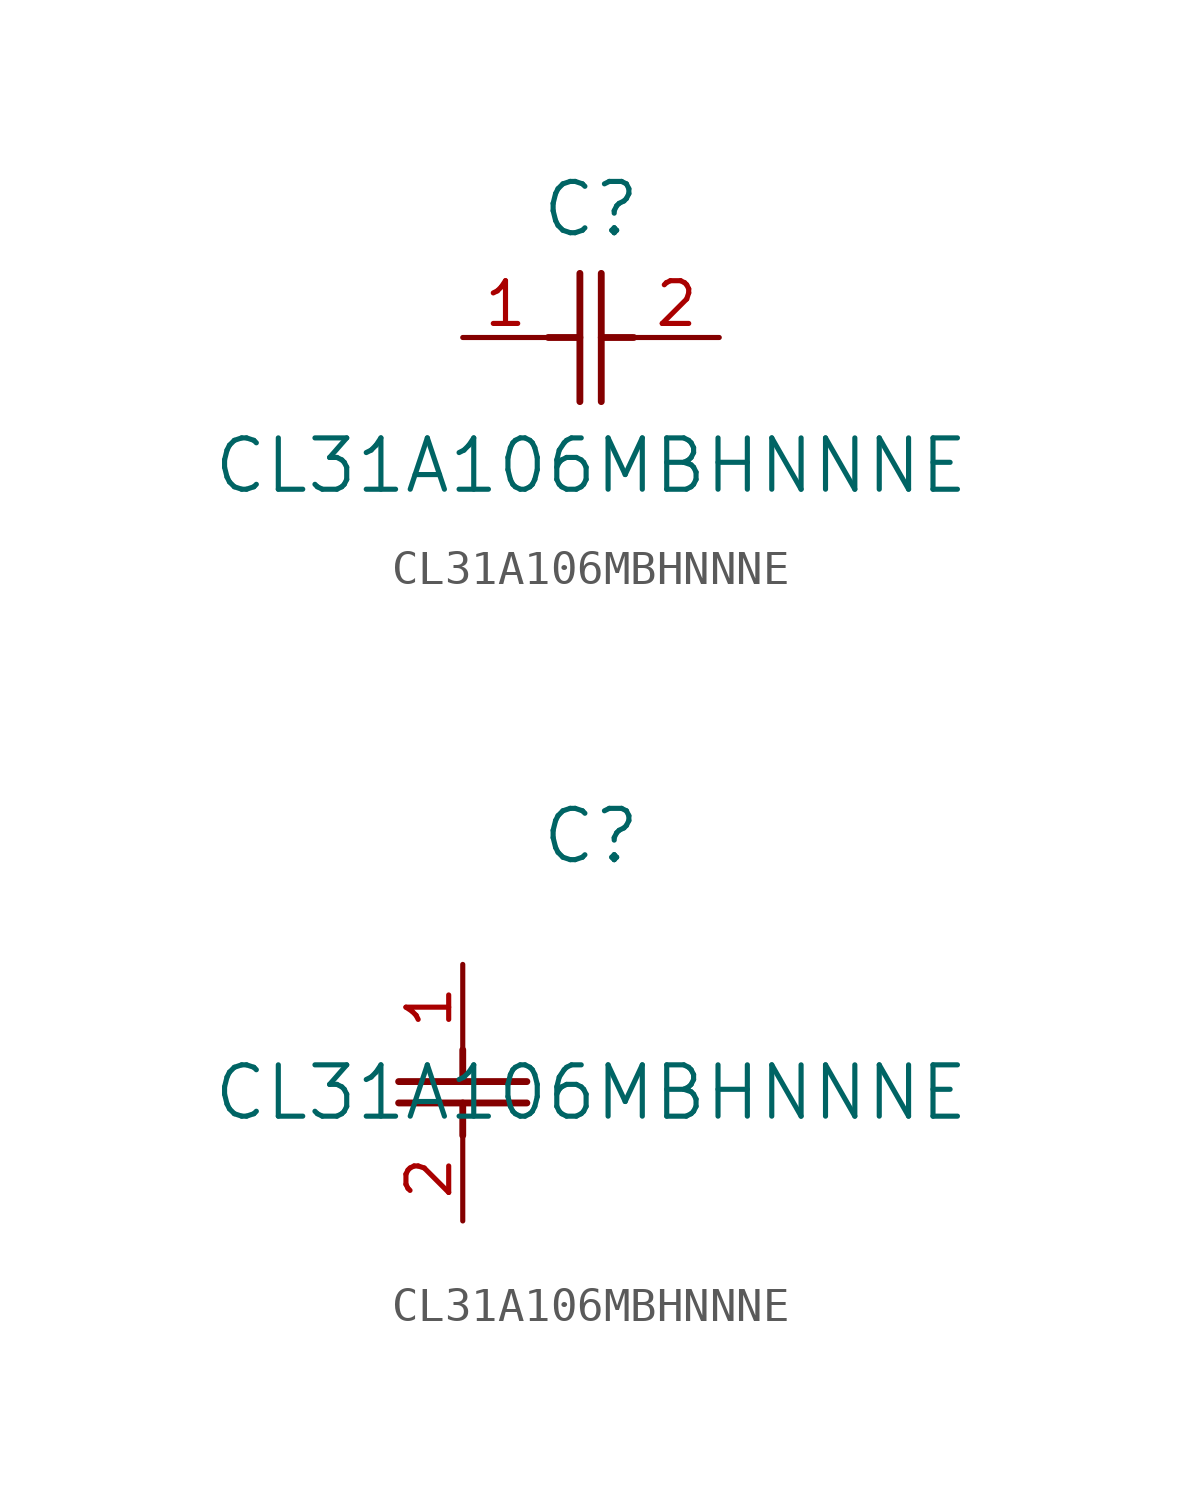
<source format=kicad_sym>
(kicad_symbol_lib
  (version 20211014)
  (generator kicad_symbol_editor)
  (symbol "CL31A106MBHNNNE"
    (pin_names
      (offset 0.254))
    (property "Reference" "C"
      (at 3.81 3.81 0)
      (effects (font (size 1.524 1.524))))
    (property "Value" "CL31A106MBHNNNE"
      (at 3.81 -3.81 0)
      (effects (font (size 1.524 1.524))))
    (symbol "CL31A106MBHNNNE_1_1"
      (polyline (pts (xy 3.48 -1.905) (xy 3.48 1.905)) (stroke (width 0.203) (type default) (color 0 0 0 0)) (fill (type none)))
      (polyline (pts (xy 4.115 -1.905) (xy 4.115 1.905)) (stroke (width 0.203) (type default) (color 0 0 0 0)) (fill (type none)))
      (polyline (pts (xy 4.115 0) (xy 5.08 0)) (stroke (width 0.203) (type default) (color 0 0 0 0)) (fill (type none)))
      (polyline (pts (xy 2.54 0) (xy 3.48 0)) (stroke (width 0.203) (type default) (color 0 0 0 0)) (fill (type none)))
      (pin unspecified line (at 0 0 0) (length 2.54) (name "" (effects (font (size 1.27 1.27)))) (number "1" (effects (font (size 1.27 1.27)))))
      (pin unspecified line (at 7.62 0 180) (length 2.54) (name "" (effects (font (size 1.27 1.27)))) (number "2" (effects (font (size 1.27 1.27))))))
    (symbol "CL31A106MBHNNNE_1_2"
      (polyline (pts (xy -1.905 -3.48) (xy 1.905 -3.48)) (stroke (width 0.203) (type default) (color 0 0 0 0)) (fill (type none)))
      (polyline (pts (xy -1.905 -4.115) (xy 1.905 -4.115)) (stroke (width 0.203) (type default) (color 0 0 0 0)) (fill (type none)))
      (polyline (pts (xy 0 -4.115) (xy 0 -5.08)) (stroke (width 0.203) (type default) (color 0 0 0 0)) (fill (type none)))
      (polyline (pts (xy 0 -2.54) (xy 0 -3.48)) (stroke (width 0.203) (type default) (color 0 0 0 0)) (fill (type none)))
      (pin unspecified line (at 0 0 270) (length 2.54) (name "" (effects (font (size 1.27 1.27)))) (number "1" (effects (font (size 1.27 1.27)))))
      (pin unspecified line (at 0 -7.62 90) (length 2.54) (name "" (effects (font (size 1.27 1.27)))) (number "2" (effects (font (size 1.27 1.27))))))))
</source>
